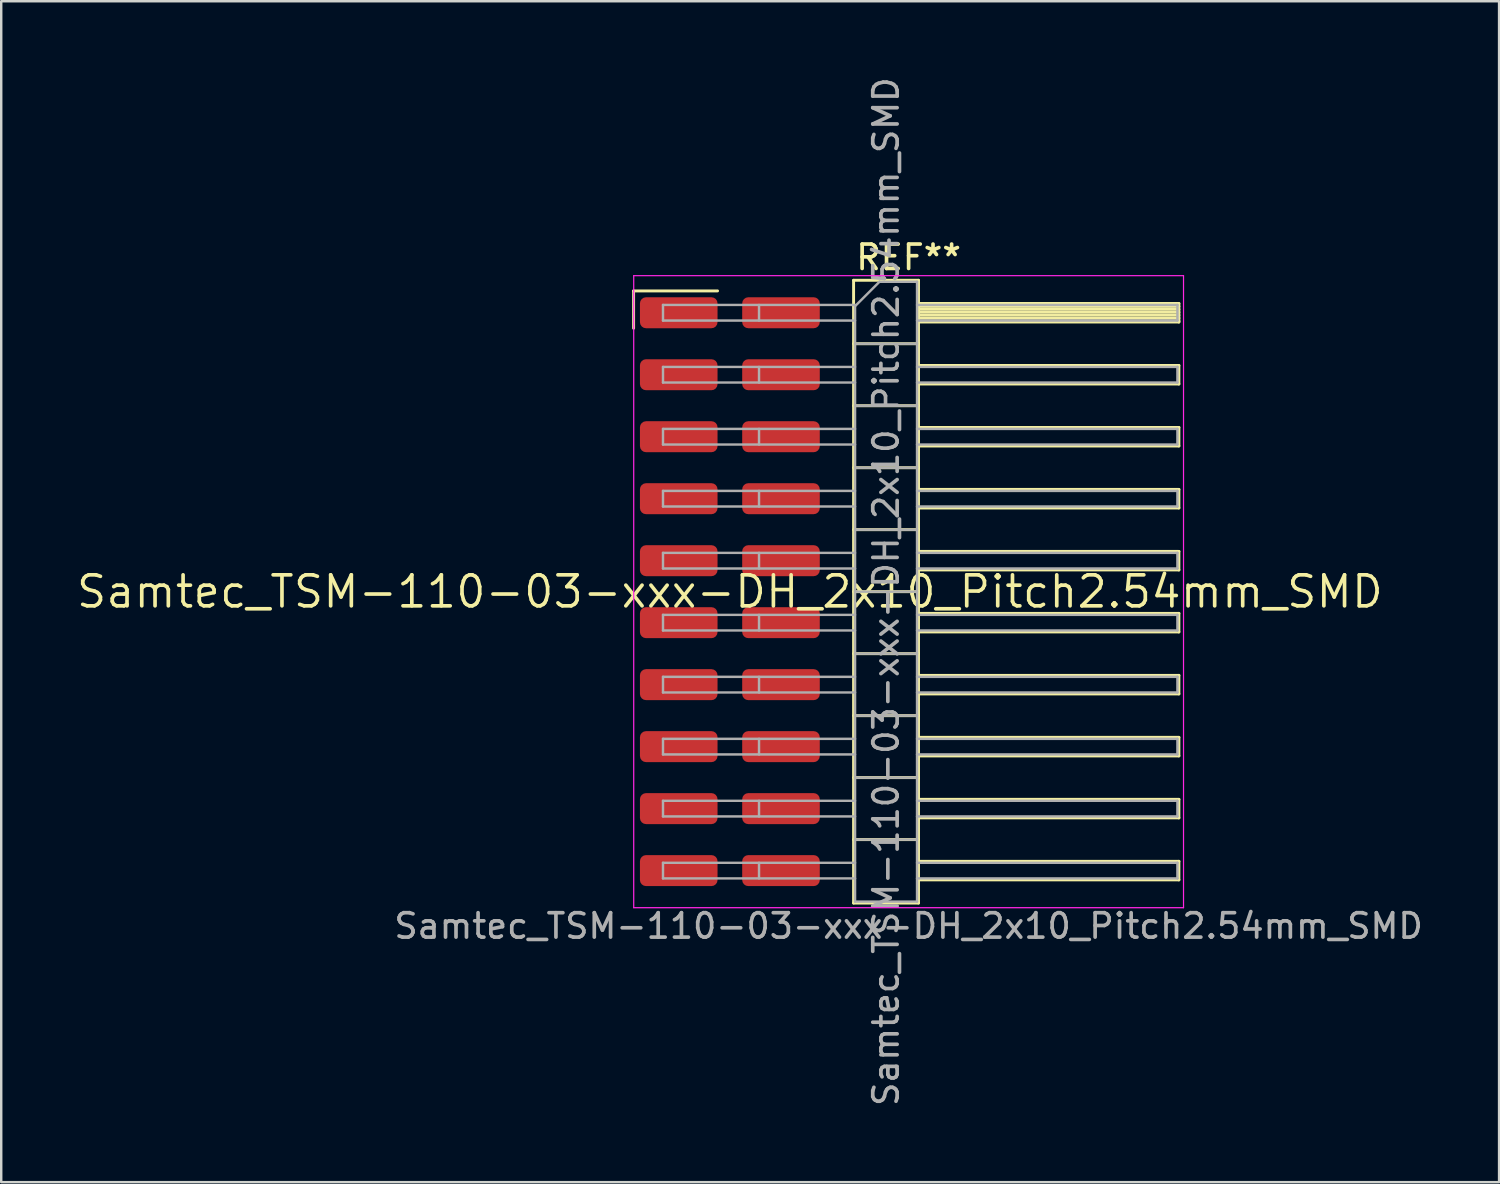
<source format=kicad_pcb>
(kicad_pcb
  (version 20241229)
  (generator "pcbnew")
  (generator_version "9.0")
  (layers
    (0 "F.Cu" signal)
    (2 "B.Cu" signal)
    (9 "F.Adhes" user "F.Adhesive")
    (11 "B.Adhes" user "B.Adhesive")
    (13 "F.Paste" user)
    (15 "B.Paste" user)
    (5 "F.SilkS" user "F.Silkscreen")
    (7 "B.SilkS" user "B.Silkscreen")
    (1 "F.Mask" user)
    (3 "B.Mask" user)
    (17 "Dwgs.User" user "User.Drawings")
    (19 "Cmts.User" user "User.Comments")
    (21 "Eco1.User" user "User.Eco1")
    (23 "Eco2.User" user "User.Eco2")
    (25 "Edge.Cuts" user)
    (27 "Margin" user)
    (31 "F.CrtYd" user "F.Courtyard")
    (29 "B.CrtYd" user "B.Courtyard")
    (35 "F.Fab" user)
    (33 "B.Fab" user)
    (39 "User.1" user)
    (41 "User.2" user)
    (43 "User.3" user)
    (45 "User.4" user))
  (footprint "Samtec_TSM-110-03-xxx-DH_2x10_Pitch2.54mm_SMD"
    (layer "F.Cu")
    (at 26.859 21.196)
    (property "Reference" "Samtec_TSM-110-03-xxx-DH_2x10_Pitch2.54mm_SMD" (at 0 0 0) (layer "F.SilkS") (effects (font (size 1.27 1.27) (thickness 0.15))))
    (attr smd)
    (fp_line (start -3.945 -12.325) (end -0.505 -12.325) (stroke (width 0.12) (type solid)) (layer "F.SilkS"))
    (fp_line (start -3.945 -10.795) (end -3.945 -12.325) (stroke (width 0.12) (type solid)) (layer "F.SilkS"))
    (fp_line (start 5.07 -12.76) (end 7.73 -12.76) (stroke (width 0.12) (type solid)) (layer "F.SilkS"))
    (fp_line (start 5.07 -10.16) (end 7.73 -10.16) (stroke (width 0.12) (type solid)) (layer "F.SilkS"))
    (fp_line (start 5.07 -7.62) (end 7.73 -7.62) (stroke (width 0.12) (type solid)) (layer "F.SilkS"))
    (fp_line (start 5.07 -5.08) (end 7.73 -5.08) (stroke (width 0.12) (type solid)) (layer "F.SilkS"))
    (fp_line (start 5.07 -2.54) (end 7.73 -2.54) (stroke (width 0.12) (type solid)) (layer "F.SilkS"))
    (fp_line (start 5.07 0) (end 7.73 0) (stroke (width 0.12) (type solid)) (layer "F.SilkS"))
    (fp_line (start 5.07 2.54) (end 7.73 2.54) (stroke (width 0.12) (type solid)) (layer "F.SilkS"))
    (fp_line (start 5.07 5.08) (end 7.73 5.08) (stroke (width 0.12) (type solid)) (layer "F.SilkS"))
    (fp_line (start 5.07 7.62) (end 7.73 7.62) (stroke (width 0.12) (type solid)) (layer "F.SilkS"))
    (fp_line (start 5.07 10.16) (end 7.73 10.16) (stroke (width 0.12) (type solid)) (layer "F.SilkS"))
    (fp_line (start 5.07 12.76) (end 5.07 -12.76) (stroke (width 0.12) (type solid)) (layer "F.SilkS"))
    (fp_line (start 7.73 -12.76) (end 7.73 12.76) (stroke (width 0.12) (type solid)) (layer "F.SilkS"))
    (fp_line (start 7.73 -11.81) (end 18.4 -11.81) (stroke (width 0.12) (type solid)) (layer "F.SilkS"))
    (fp_line (start 7.73 -11.69) (end 18.4 -11.69) (stroke (width 0.12) (type solid)) (layer "F.SilkS"))
    (fp_line (start 7.73 -11.57) (end 18.4 -11.57) (stroke (width 0.12) (type solid)) (layer "F.SilkS"))
    (fp_line (start 7.73 -11.45) (end 18.4 -11.45) (stroke (width 0.12) (type solid)) (layer "F.SilkS"))
    (fp_line (start 7.73 -11.33) (end 18.4 -11.33) (stroke (width 0.12) (type solid)) (layer "F.SilkS"))
    (fp_line (start 7.73 -11.21) (end 18.4 -11.21) (stroke (width 0.12) (type solid)) (layer "F.SilkS"))
    (fp_line (start 7.73 -11.09) (end 18.4 -11.09) (stroke (width 0.12) (type solid)) (layer "F.SilkS"))
    (fp_line (start 7.73 -11.05) (end 18.4 -11.05) (stroke (width 0.12) (type solid)) (layer "F.SilkS"))
    (fp_line (start 7.73 -9.27) (end 18.4 -9.27) (stroke (width 0.12) (type solid)) (layer "F.SilkS"))
    (fp_line (start 7.73 -8.51) (end 18.4 -8.51) (stroke (width 0.12) (type solid)) (layer "F.SilkS"))
    (fp_line (start 7.73 -6.73) (end 18.4 -6.73) (stroke (width 0.12) (type solid)) (layer "F.SilkS"))
    (fp_line (start 7.73 -5.97) (end 18.4 -5.97) (stroke (width 0.12) (type solid)) (layer "F.SilkS"))
    (fp_line (start 7.73 -4.19) (end 18.4 -4.19) (stroke (width 0.12) (type solid)) (layer "F.SilkS"))
    (fp_line (start 7.73 -3.43) (end 18.4 -3.43) (stroke (width 0.12) (type solid)) (layer "F.SilkS"))
    (fp_line (start 7.73 -1.65) (end 18.4 -1.65) (stroke (width 0.12) (type solid)) (layer "F.SilkS"))
    (fp_line (start 7.73 -0.89) (end 18.4 -0.89) (stroke (width 0.12) (type solid)) (layer "F.SilkS"))
    (fp_line (start 7.73 0.89) (end 18.4 0.89) (stroke (width 0.12) (type solid)) (layer "F.SilkS"))
    (fp_line (start 7.73 1.65) (end 18.4 1.65) (stroke (width 0.12) (type solid)) (layer "F.SilkS"))
    (fp_line (start 7.73 3.43) (end 18.4 3.43) (stroke (width 0.12) (type solid)) (layer "F.SilkS"))
    (fp_line (start 7.73 4.19) (end 18.4 4.19) (stroke (width 0.12) (type solid)) (layer "F.SilkS"))
    (fp_line (start 7.73 5.97) (end 18.4 5.97) (stroke (width 0.12) (type solid)) (layer "F.SilkS"))
    (fp_line (start 7.73 6.73) (end 18.4 6.73) (stroke (width 0.12) (type solid)) (layer "F.SilkS"))
    (fp_line (start 7.73 8.51) (end 18.4 8.51) (stroke (width 0.12) (type solid)) (layer "F.SilkS"))
    (fp_line (start 7.73 9.27) (end 18.4 9.27) (stroke (width 0.12) (type solid)) (layer "F.SilkS"))
    (fp_line (start 7.73 11.05) (end 18.4 11.05) (stroke (width 0.12) (type solid)) (layer "F.SilkS"))
    (fp_line (start 7.73 11.81) (end 18.4 11.81) (stroke (width 0.12) (type solid)) (layer "F.SilkS"))
    (fp_line (start 7.73 12.76) (end 5.07 12.76) (stroke (width 0.12) (type solid)) (layer "F.SilkS"))
    (fp_line (start 18.4 -11.81) (end 18.4 -11.05) (stroke (width 0.12) (type solid)) (layer "F.SilkS"))
    (fp_line (start 18.4 -9.27) (end 18.4 -8.51) (stroke (width 0.12) (type solid)) (layer "F.SilkS"))
    (fp_line (start 18.4 -6.73) (end 18.4 -5.97) (stroke (width 0.12) (type solid)) (layer "F.SilkS"))
    (fp_line (start 18.4 -4.19) (end 18.4 -3.43) (stroke (width 0.12) (type solid)) (layer "F.SilkS"))
    (fp_line (start 18.4 -1.65) (end 18.4 -0.89) (stroke (width 0.12) (type solid)) (layer "F.SilkS"))
    (fp_line (start 18.4 0.89) (end 18.4 1.65) (stroke (width 0.12) (type solid)) (layer "F.SilkS"))
    (fp_line (start 18.4 3.43) (end 18.4 4.19) (stroke (width 0.12) (type solid)) (layer "F.SilkS"))
    (fp_line (start 18.4 5.97) (end 18.4 6.73) (stroke (width 0.12) (type solid)) (layer "F.SilkS"))
    (fp_line (start 18.4 8.51) (end 18.4 9.27) (stroke (width 0.12) (type solid)) (layer "F.SilkS"))
    (fp_line (start 18.4 11.05) (end 18.4 11.81) (stroke (width 0.12) (type solid)) (layer "F.SilkS"))
    (fp_line (start -3.94 -12.95) (end 18.59 -12.95) (stroke (width 0.05) (type solid)) (layer "F.CrtYd"))
    (fp_line (start -3.94 12.95) (end -3.94 -12.95) (stroke (width 0.05) (type solid)) (layer "F.CrtYd"))
    (fp_line (start 18.59 -12.95) (end 18.59 12.95) (stroke (width 0.05) (type solid)) (layer "F.CrtYd"))
    (fp_line (start 18.59 12.95) (end -3.94 12.95) (stroke (width 0.05) (type solid)) (layer "F.CrtYd"))
    (fp_line (start -2.74 -11.75) (end -2.74 -11.11) (stroke (width 0.1) (type solid)) (layer "F.Fab"))
    (fp_line (start -2.74 -11.75) (end 5.13 -11.75) (stroke (width 0.1) (type solid)) (layer "F.Fab"))
    (fp_line (start -2.74 -11.11) (end 5.13 -11.11) (stroke (width 0.1) (type solid)) (layer "F.Fab"))
    (fp_line (start -2.74 -9.21) (end -2.74 -8.57) (stroke (width 0.1) (type solid)) (layer "F.Fab"))
    (fp_line (start -2.74 -9.21) (end 5.13 -9.21) (stroke (width 0.1) (type solid)) (layer "F.Fab"))
    (fp_line (start -2.74 -8.57) (end 5.13 -8.57) (stroke (width 0.1) (type solid)) (layer "F.Fab"))
    (fp_line (start -2.74 -6.67) (end -2.74 -6.03) (stroke (width 0.1) (type solid)) (layer "F.Fab"))
    (fp_line (start -2.74 -6.67) (end 5.13 -6.67) (stroke (width 0.1) (type solid)) (layer "F.Fab"))
    (fp_line (start -2.74 -6.03) (end 5.13 -6.03) (stroke (width 0.1) (type solid)) (layer "F.Fab"))
    (fp_line (start -2.74 -4.13) (end -2.74 -3.49) (stroke (width 0.1) (type solid)) (layer "F.Fab"))
    (fp_line (start -2.74 -4.13) (end 5.13 -4.13) (stroke (width 0.1) (type solid)) (layer "F.Fab"))
    (fp_line (start -2.74 -3.49) (end 5.13 -3.49) (stroke (width 0.1) (type solid)) (layer "F.Fab"))
    (fp_line (start -2.74 -1.59) (end -2.74 -0.95) (stroke (width 0.1) (type solid)) (layer "F.Fab"))
    (fp_line (start -2.74 -1.59) (end 5.13 -1.59) (stroke (width 0.1) (type solid)) (layer "F.Fab"))
    (fp_line (start -2.74 -0.95) (end 5.13 -0.95) (stroke (width 0.1) (type solid)) (layer "F.Fab"))
    (fp_line (start -2.74 0.95) (end -2.74 1.59) (stroke (width 0.1) (type solid)) (layer "F.Fab"))
    (fp_line (start -2.74 0.95) (end 5.13 0.95) (stroke (width 0.1) (type solid)) (layer "F.Fab"))
    (fp_line (start -2.74 1.59) (end 5.13 1.59) (stroke (width 0.1) (type solid)) (layer "F.Fab"))
    (fp_line (start -2.74 3.49) (end -2.74 4.13) (stroke (width 0.1) (type solid)) (layer "F.Fab"))
    (fp_line (start -2.74 3.49) (end 5.13 3.49) (stroke (width 0.1) (type solid)) (layer "F.Fab"))
    (fp_line (start -2.74 4.13) (end 5.13 4.13) (stroke (width 0.1) (type solid)) (layer "F.Fab"))
    (fp_line (start -2.74 6.03) (end -2.74 6.67) (stroke (width 0.1) (type solid)) (layer "F.Fab"))
    (fp_line (start -2.74 6.03) (end 5.13 6.03) (stroke (width 0.1) (type solid)) (layer "F.Fab"))
    (fp_line (start -2.74 6.67) (end 5.13 6.67) (stroke (width 0.1) (type solid)) (layer "F.Fab"))
    (fp_line (start -2.74 8.57) (end -2.74 9.21) (stroke (width 0.1) (type solid)) (layer "F.Fab"))
    (fp_line (start -2.74 8.57) (end 5.13 8.57) (stroke (width 0.1) (type solid)) (layer "F.Fab"))
    (fp_line (start -2.74 9.21) (end 5.13 9.21) (stroke (width 0.1) (type solid)) (layer "F.Fab"))
    (fp_line (start -2.74 11.11) (end -2.74 11.75) (stroke (width 0.1) (type solid)) (layer "F.Fab"))
    (fp_line (start -2.74 11.11) (end 5.13 11.11) (stroke (width 0.1) (type solid)) (layer "F.Fab"))
    (fp_line (start -2.74 11.75) (end 5.13 11.75) (stroke (width 0.1) (type solid)) (layer "F.Fab"))
    (fp_line (start 1.195 -11.75) (end 1.195 -11.11) (stroke (width 0.1) (type solid)) (layer "F.Fab"))
    (fp_line (start 1.195 -9.21) (end 1.195 -8.57) (stroke (width 0.1) (type solid)) (layer "F.Fab"))
    (fp_line (start 1.195 -6.67) (end 1.195 -6.03) (stroke (width 0.1) (type solid)) (layer "F.Fab"))
    (fp_line (start 1.195 -4.13) (end 1.195 -3.49) (stroke (width 0.1) (type solid)) (layer "F.Fab"))
    (fp_line (start 1.195 -1.59) (end 1.195 -0.95) (stroke (width 0.1) (type solid)) (layer "F.Fab"))
    (fp_line (start 1.195 0.95) (end 1.195 1.59) (stroke (width 0.1) (type solid)) (layer "F.Fab"))
    (fp_line (start 1.195 3.49) (end 1.195 4.13) (stroke (width 0.1) (type solid)) (layer "F.Fab"))
    (fp_line (start 1.195 6.03) (end 1.195 6.67) (stroke (width 0.1) (type solid)) (layer "F.Fab"))
    (fp_line (start 1.195 8.57) (end 1.195 9.21) (stroke (width 0.1) (type solid)) (layer "F.Fab"))
    (fp_line (start 1.195 11.11) (end 1.195 11.75) (stroke (width 0.1) (type solid)) (layer "F.Fab"))
    (fp_line (start 5.13 -11.7) (end 6.13 -12.7) (stroke (width 0.1) (type solid)) (layer "F.Fab"))
    (fp_line (start 5.13 -10.16) (end 7.67 -10.16) (stroke (width 0.1) (type solid)) (layer "F.Fab"))
    (fp_line (start 5.13 -7.62) (end 7.67 -7.62) (stroke (width 0.1) (type solid)) (layer "F.Fab"))
    (fp_line (start 5.13 -5.08) (end 7.67 -5.08) (stroke (width 0.1) (type solid)) (layer "F.Fab"))
    (fp_line (start 5.13 -2.54) (end 7.67 -2.54) (stroke (width 0.1) (type solid)) (layer "F.Fab"))
    (fp_line (start 5.13 0) (end 7.67 0) (stroke (width 0.1) (type solid)) (layer "F.Fab"))
    (fp_line (start 5.13 2.54) (end 7.67 2.54) (stroke (width 0.1) (type solid)) (layer "F.Fab"))
    (fp_line (start 5.13 5.08) (end 7.67 5.08) (stroke (width 0.1) (type solid)) (layer "F.Fab"))
    (fp_line (start 5.13 7.62) (end 7.67 7.62) (stroke (width 0.1) (type solid)) (layer "F.Fab"))
    (fp_line (start 5.13 10.16) (end 7.67 10.16) (stroke (width 0.1) (type solid)) (layer "F.Fab"))
    (fp_line (start 5.13 12.7) (end 5.13 -11.7) (stroke (width 0.1) (type solid)) (layer "F.Fab"))
    (fp_line (start 6.13 -12.7) (end 7.67 -12.7) (stroke (width 0.1) (type solid)) (layer "F.Fab"))
    (fp_line (start 7.67 -12.7) (end 7.67 12.7) (stroke (width 0.1) (type solid)) (layer "F.Fab"))
    (fp_line (start 7.67 -11.75) (end 18.34 -11.75) (stroke (width 0.1) (type solid)) (layer "F.Fab"))
    (fp_line (start 7.67 -11.11) (end 18.34 -11.11) (stroke (width 0.1) (type solid)) (layer "F.Fab"))
    (fp_line (start 7.67 -9.21) (end 18.34 -9.21) (stroke (width 0.1) (type solid)) (layer "F.Fab"))
    (fp_line (start 7.67 -8.57) (end 18.34 -8.57) (stroke (width 0.1) (type solid)) (layer "F.Fab"))
    (fp_line (start 7.67 -6.67) (end 18.34 -6.67) (stroke (width 0.1) (type solid)) (layer "F.Fab"))
    (fp_line (start 7.67 -6.03) (end 18.34 -6.03) (stroke (width 0.1) (type solid)) (layer "F.Fab"))
    (fp_line (start 7.67 -4.13) (end 18.34 -4.13) (stroke (width 0.1) (type solid)) (layer "F.Fab"))
    (fp_line (start 7.67 -3.49) (end 18.34 -3.49) (stroke (width 0.1) (type solid)) (layer "F.Fab"))
    (fp_line (start 7.67 -1.59) (end 18.34 -1.59) (stroke (width 0.1) (type solid)) (layer "F.Fab"))
    (fp_line (start 7.67 -0.95) (end 18.34 -0.95) (stroke (width 0.1) (type solid)) (layer "F.Fab"))
    (fp_line (start 7.67 0.95) (end 18.34 0.95) (stroke (width 0.1) (type solid)) (layer "F.Fab"))
    (fp_line (start 7.67 1.59) (end 18.34 1.59) (stroke (width 0.1) (type solid)) (layer "F.Fab"))
    (fp_line (start 7.67 3.49) (end 18.34 3.49) (stroke (width 0.1) (type solid)) (layer "F.Fab"))
    (fp_line (start 7.67 4.13) (end 18.34 4.13) (stroke (width 0.1) (type solid)) (layer "F.Fab"))
    (fp_line (start 7.67 6.03) (end 18.34 6.03) (stroke (width 0.1) (type solid)) (layer "F.Fab"))
    (fp_line (start 7.67 6.67) (end 18.34 6.67) (stroke (width 0.1) (type solid)) (layer "F.Fab"))
    (fp_line (start 7.67 8.57) (end 18.34 8.57) (stroke (width 0.1) (type solid)) (layer "F.Fab"))
    (fp_line (start 7.67 9.21) (end 18.34 9.21) (stroke (width 0.1) (type solid)) (layer "F.Fab"))
    (fp_line (start 7.67 11.11) (end 18.34 11.11) (stroke (width 0.1) (type solid)) (layer "F.Fab"))
    (fp_line (start 7.67 11.75) (end 18.34 11.75) (stroke (width 0.1) (type solid)) (layer "F.Fab"))
    (fp_line (start 7.67 12.7) (end 5.13 12.7) (stroke (width 0.1) (type solid)) (layer "F.Fab"))
    (fp_line (start 18.34 -11.75) (end 18.34 -11.11) (stroke (width 0.1) (type solid)) (layer "F.Fab"))
    (fp_line (start 18.34 -9.21) (end 18.34 -8.57) (stroke (width 0.1) (type solid)) (layer "F.Fab"))
    (fp_line (start 18.34 -6.67) (end 18.34 -6.03) (stroke (width 0.1) (type solid)) (layer "F.Fab"))
    (fp_line (start 18.34 -4.13) (end 18.34 -3.49) (stroke (width 0.1) (type solid)) (layer "F.Fab"))
    (fp_line (start 18.34 -1.59) (end 18.34 -0.95) (stroke (width 0.1) (type solid)) (layer "F.Fab"))
    (fp_line (start 18.34 0.95) (end 18.34 1.59) (stroke (width 0.1) (type solid)) (layer "F.Fab"))
    (fp_line (start 18.34 3.49) (end 18.34 4.13) (stroke (width 0.1) (type solid)) (layer "F.Fab"))
    (fp_line (start 18.34 6.03) (end 18.34 6.67) (stroke (width 0.1) (type solid)) (layer "F.Fab"))
    (fp_line (start 18.34 8.57) (end 18.34 9.21) (stroke (width 0.1) (type solid)) (layer "F.Fab"))
    (fp_line (start 18.34 11.11) (end 18.34 11.75) (stroke (width 0.1) (type solid)) (layer "F.Fab"))
    (fp_text user "REF**" (at 7.325 -13.7 0) (layer "F.SilkS") (effects (font (size 1 1) (thickness 0.15))))
    (fp_text user "${REFERENCE}" (at 6.4 0 90) (layer "F.Fab") (effects (font (size 1 1) (thickness 0.15))))
    (fp_text user "Samtec_TSM-110-03-xxx-DH_2x10_Pitch2.54mm_SMD" (at 7.325 13.7 0) (layer "F.Fab") (effects (font (size 1 1) (thickness 0.15))))
    (pad "1" smd roundrect (at -2.095 -11.43) (size 3.18 1.27) (layers "F.Cu" "F.Mask" "F.Paste") (roundrect_rratio 0.197))
    (pad "2" smd roundrect (at 2.095 -11.43) (size 3.18 1.27) (layers "F.Cu" "F.Mask" "F.Paste") (roundrect_rratio 0.197))
    (pad "3" smd roundrect (at -2.095 -8.89) (size 3.18 1.27) (layers "F.Cu" "F.Mask" "F.Paste") (roundrect_rratio 0.197))
    (pad "4" smd roundrect (at 2.095 -8.89) (size 3.18 1.27) (layers "F.Cu" "F.Mask" "F.Paste") (roundrect_rratio 0.197))
    (pad "5" smd roundrect (at -2.095 -6.35) (size 3.18 1.27) (layers "F.Cu" "F.Mask" "F.Paste") (roundrect_rratio 0.197))
    (pad "6" smd roundrect (at 2.095 -6.35) (size 3.18 1.27) (layers "F.Cu" "F.Mask" "F.Paste") (roundrect_rratio 0.197))
    (pad "7" smd roundrect (at -2.095 -3.81) (size 3.18 1.27) (layers "F.Cu" "F.Mask" "F.Paste") (roundrect_rratio 0.197))
    (pad "8" smd roundrect (at 2.095 -3.81) (size 3.18 1.27) (layers "F.Cu" "F.Mask" "F.Paste") (roundrect_rratio 0.197))
    (pad "9" smd roundrect (at -2.095 -1.27) (size 3.18 1.27) (layers "F.Cu" "F.Mask" "F.Paste") (roundrect_rratio 0.197))
    (pad "10" smd roundrect (at 2.095 -1.27) (size 3.18 1.27) (layers "F.Cu" "F.Mask" "F.Paste") (roundrect_rratio 0.197))
    (pad "11" smd roundrect (at -2.095 1.27) (size 3.18 1.27) (layers "F.Cu" "F.Mask" "F.Paste") (roundrect_rratio 0.197))
    (pad "12" smd roundrect (at 2.095 1.27) (size 3.18 1.27) (layers "F.Cu" "F.Mask" "F.Paste") (roundrect_rratio 0.197))
    (pad "13" smd roundrect (at -2.095 3.81) (size 3.18 1.27) (layers "F.Cu" "F.Mask" "F.Paste") (roundrect_rratio 0.197))
    (pad "14" smd roundrect (at 2.095 3.81) (size 3.18 1.27) (layers "F.Cu" "F.Mask" "F.Paste") (roundrect_rratio 0.197))
    (pad "15" smd roundrect (at -2.095 6.35) (size 3.18 1.27) (layers "F.Cu" "F.Mask" "F.Paste") (roundrect_rratio 0.197))
    (pad "16" smd roundrect (at 2.095 6.35) (size 3.18 1.27) (layers "F.Cu" "F.Mask" "F.Paste") (roundrect_rratio 0.197))
    (pad "17" smd roundrect (at -2.095 8.89) (size 3.18 1.27) (layers "F.Cu" "F.Mask" "F.Paste") (roundrect_rratio 0.197))
    (pad "18" smd roundrect (at 2.095 8.89) (size 3.18 1.27) (layers "F.Cu" "F.Mask" "F.Paste") (roundrect_rratio 0.197))
    (pad "19" smd roundrect (at -2.095 11.43) (size 3.18 1.27) (layers "F.Cu" "F.Mask" "F.Paste") (roundrect_rratio 0.197))
    (pad "20" smd roundrect (at 2.095 11.43) (size 3.18 1.27) (layers "F.Cu" "F.Mask" "F.Paste") (roundrect_rratio 0.197)))
  (gr_rect
    (start -3 -3)
    (end 58.38 45.393)
    (stroke (width 0.1) (type default))
    (fill no)
    (layer "Edge.Cuts")))
</source>
